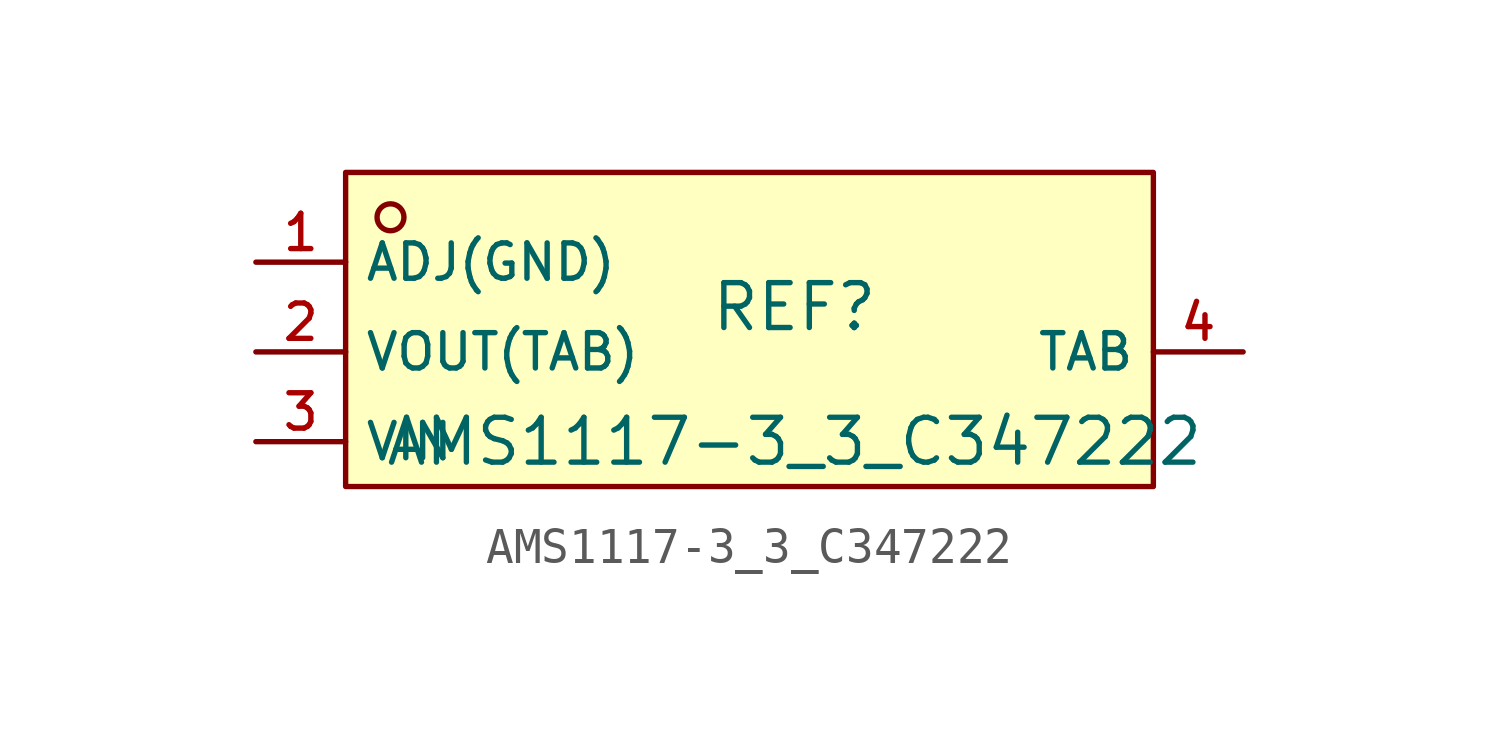
<source format=kicad_sym>
(kicad_symbol_lib
  (version 20210201)
  (generator TousstNicolas/JLC2KiCad_lib)
  (symbol "AMS1117-3_3_C347222"
    (property "Reference" "REF"
      (at 0 1.27 0)
      (effects (font (size 1.27 1.27))))
    (property "Value" "AMS1117-3_3_C347222"
      (at 0 -2.54 0)
      (effects (font (size 1.27 1.27))))
    (symbol "AMS1117-3_3_C347222_0_1"
      (rectangle (start -12.7 5.08) (end 10.16 -3.81) (stroke (width 0) (type default) (color 0 0 0 0)) (fill (type background)))
      (circle (center -11.43 3.81) (radius 0.381) (stroke (width 0) (type default) (color 0 0 0 0)) (fill (type background)))
      (pin unspecified line (at -15.24 2.54 0) (length 2.54) (name "ADJ(GND)" (effects (font (size 1 1)))) (number "1" (effects (font (size 1 1)))))
      (pin unspecified line (at -15.24 -0.0 0) (length 2.54) (name "VOUT(TAB)" (effects (font (size 1 1)))) (number "2" (effects (font (size 1 1)))))
      (pin unspecified line (at -15.24 -2.54 0) (length 2.54) (name "VIN" (effects (font (size 1 1)))) (number "3" (effects (font (size 1 1)))))
      (pin unspecified line (at 12.7 -0.0 180) (length 2.54) (name "TAB" (effects (font (size 1 1)))) (number "4" (effects (font (size 1 1))))))))
</source>
